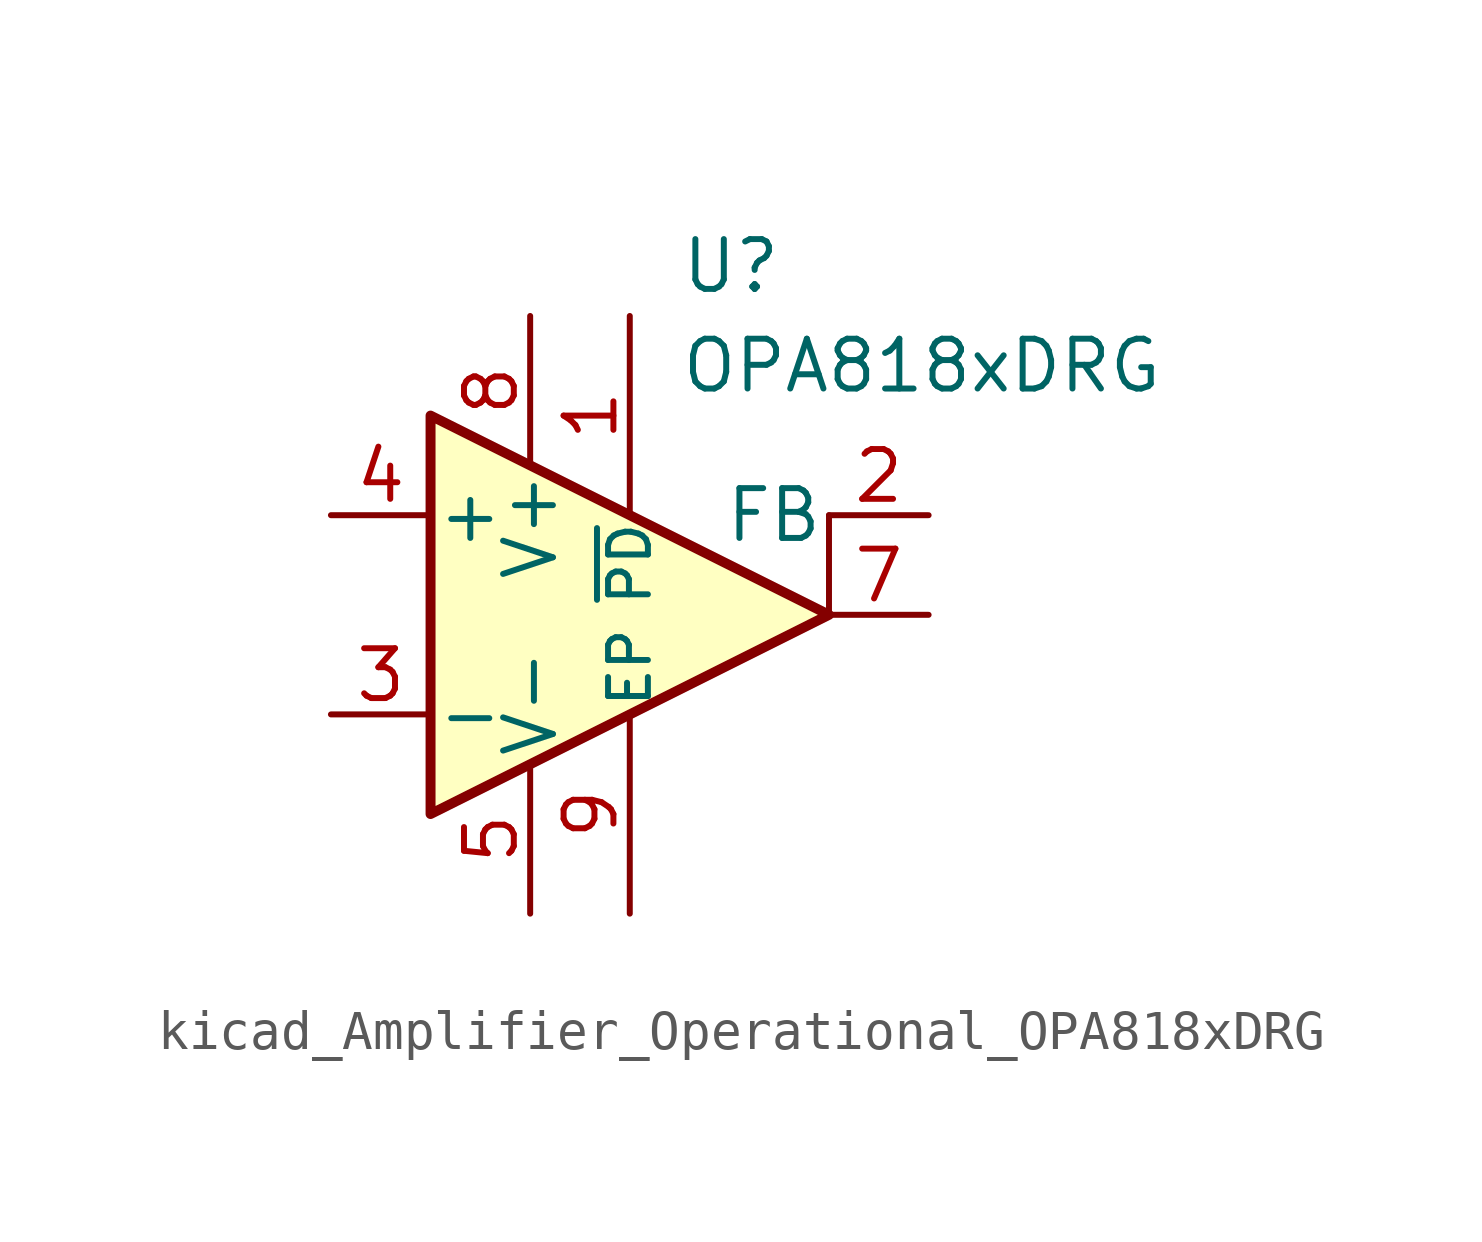
<source format=kicad_sym>
(kicad_symbol_lib
  (version 20220914)
  (generator kicad_symbol_editor)
  (symbol "kicad_Amplifier_Operational_OPA818xDRG"
    (pin_names
      (offset 0.127))
    (property "Reference" "U"
      (at 1.27 8.89 0)
      (effects (font (size 1.27 1.27)) (justify left)))
    (property "Value" "OPA818xDRG"
      (at 1.27 6.35 0)
      (effects (font (size 1.27 1.27)) (justify left)))
    (symbol "kicad_Amplifier_Operational_OPA818xDRG_0_0"
      (pin input line (at 0 7.62 270) (length 5.08) (name "~{PD}" (effects (font (size 1.016 1.016)))) (number "1" (effects (font (size 1.27 1.27)))))
      (pin power_in line (at -2.54 7.62 270) (length 3.81) (name "V+" (effects (font (size 1.27 1.27)))) (number "8" (effects (font (size 1.27 1.27)))))
      (pin passive line (at 0 -7.62 90) (length 5.08) (name "EP" (effects (font (size 1.016 1.016)))) (number "9" (effects (font (size 1.27 1.27))))))
    (symbol "kicad_Amplifier_Operational_OPA818xDRG_0_1"
      (polyline (pts (xy 5.08 0) (xy 5.08 2.54)) (stroke (width 0.152) (type default)) (fill (type none)))
      (polyline (pts (xy -5.08 5.08) (xy 5.08 0) (xy -5.08 -5.08) (xy -5.08 5.08)) (stroke (width 0.254) (type default)) (fill (type background)))
      (pin no_connect line (at -5.08 -5.08 90) (length 3.81) hide (name "NC" (effects (font (size 1.27 1.27)))) (number "6" (effects (font (size 1.27 1.27)))))
      (pin output line (at 7.62 0 180) (length 2.54) (name "~" (effects (font (size 1.27 1.27)))) (number "7" (effects (font (size 1.27 1.27))))))
    (symbol "kicad_Amplifier_Operational_OPA818xDRG_1_1"
      (pin output line (at 7.62 2.54 180) (length 2.54) (name "FB" (effects (font (size 1.27 1.27)))) (number "2" (effects (font (size 1.27 1.27)))))
      (pin input line (at -7.62 -2.54 0) (length 2.54) (name "-" (effects (font (size 1.27 1.27)))) (number "3" (effects (font (size 1.27 1.27)))))
      (pin input line (at -7.62 2.54 0) (length 2.54) (name "+" (effects (font (size 1.27 1.27)))) (number "4" (effects (font (size 1.27 1.27)))))
      (pin power_in line (at -2.54 -7.62 90) (length 3.81) (name "V-" (effects (font (size 1.27 1.27)))) (number "5" (effects (font (size 1.27 1.27))))))))
</source>
